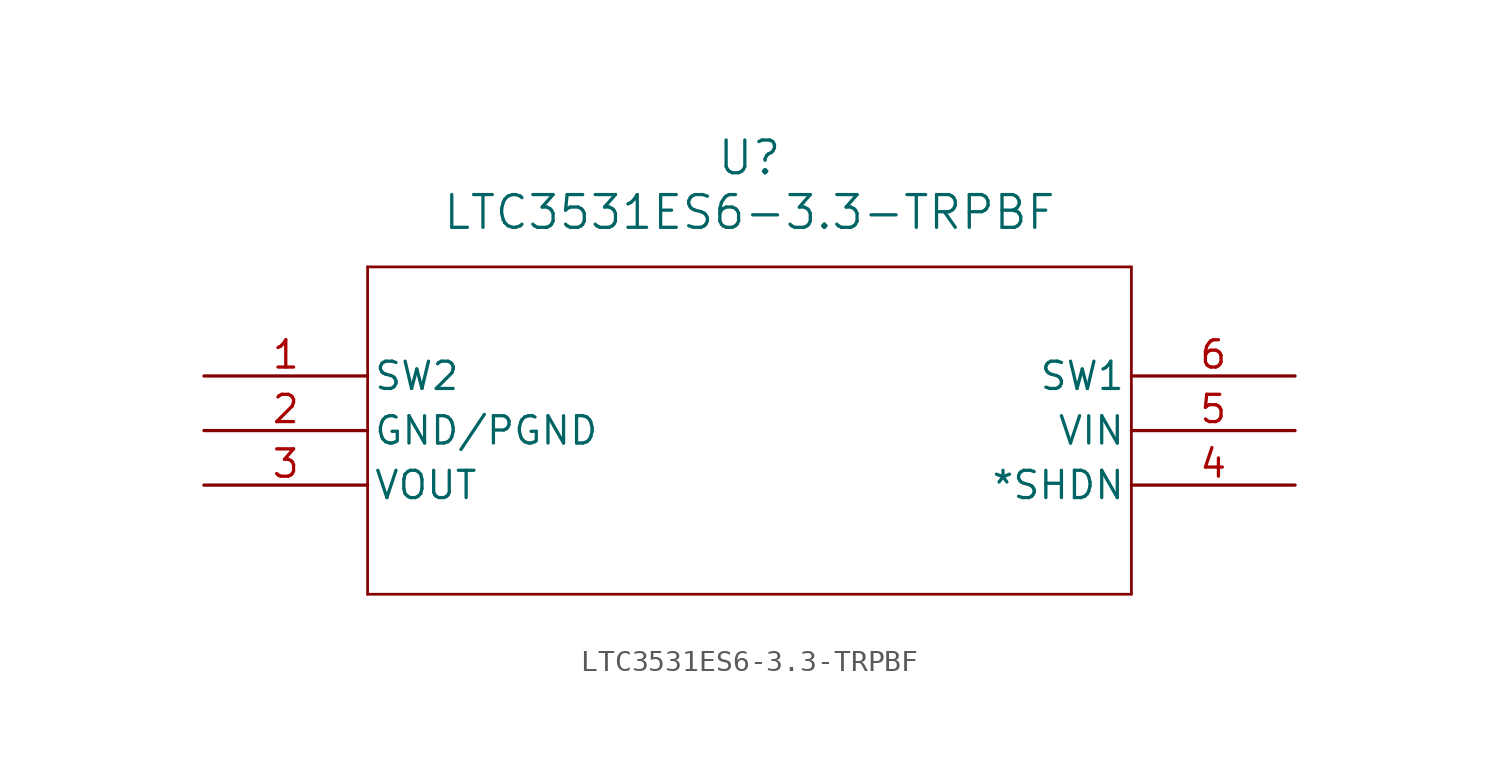
<source format=kicad_sym>
(kicad_symbol_lib
  (version 20211014)
  (generator kicad_symbol_editor)
  (symbol "LTC3531ES6-3.3-TRPBF"
    (pin_names
      (offset 0.254))
    (property "Reference" "U"
      (at 25.4 10.16 0)
      (effects (font (size 1.524 1.524))))
    (property "Value" "LTC3531ES6-3.3-TRPBF"
      (at 25.4 7.62 0)
      (effects (font (size 1.524 1.524))))
    (symbol "LTC3531ES6-3.3-TRPBF_0_1"
      (polyline (pts (xy 7.62 5.08) (xy 7.62 -10.16)) (stroke (width 0.127) (type default) (color 0 0 0 0)) (fill (type none)))
      (polyline (pts (xy 7.62 -10.16) (xy 43.18 -10.16)) (stroke (width 0.127) (type default) (color 0 0 0 0)) (fill (type none)))
      (polyline (pts (xy 43.18 -10.16) (xy 43.18 5.08)) (stroke (width 0.127) (type default) (color 0 0 0 0)) (fill (type none)))
      (polyline (pts (xy 43.18 5.08) (xy 7.62 5.08)) (stroke (width 0.127) (type default) (color 0 0 0 0)) (fill (type none)))
      (pin unspecified line (at 0 0 0) (length 7.62) (name "SW2" (effects (font (size 1.27 1.27)))) (number "1" (effects (font (size 1.27 1.27)))))
      (pin power_in line (at 0 -2.54 0) (length 7.62) (name "GND/PGND" (effects (font (size 1.27 1.27)))) (number "2" (effects (font (size 1.27 1.27)))))
      (pin output line (at 0 -5.08 0) (length 7.62) (name "VOUT" (effects (font (size 1.27 1.27)))) (number "3" (effects (font (size 1.27 1.27)))))
      (pin unspecified line (at 50.8 -5.08 180) (length 7.62) (name "*SHDN" (effects (font (size 1.27 1.27)))) (number "4" (effects (font (size 1.27 1.27)))))
      (pin input line (at 50.8 -2.54 180) (length 7.62) (name "VIN" (effects (font (size 1.27 1.27)))) (number "5" (effects (font (size 1.27 1.27)))))
      (pin unspecified line (at 50.8 0 180) (length 7.62) (name "SW1" (effects (font (size 1.27 1.27)))) (number "6" (effects (font (size 1.27 1.27))))))))
</source>
